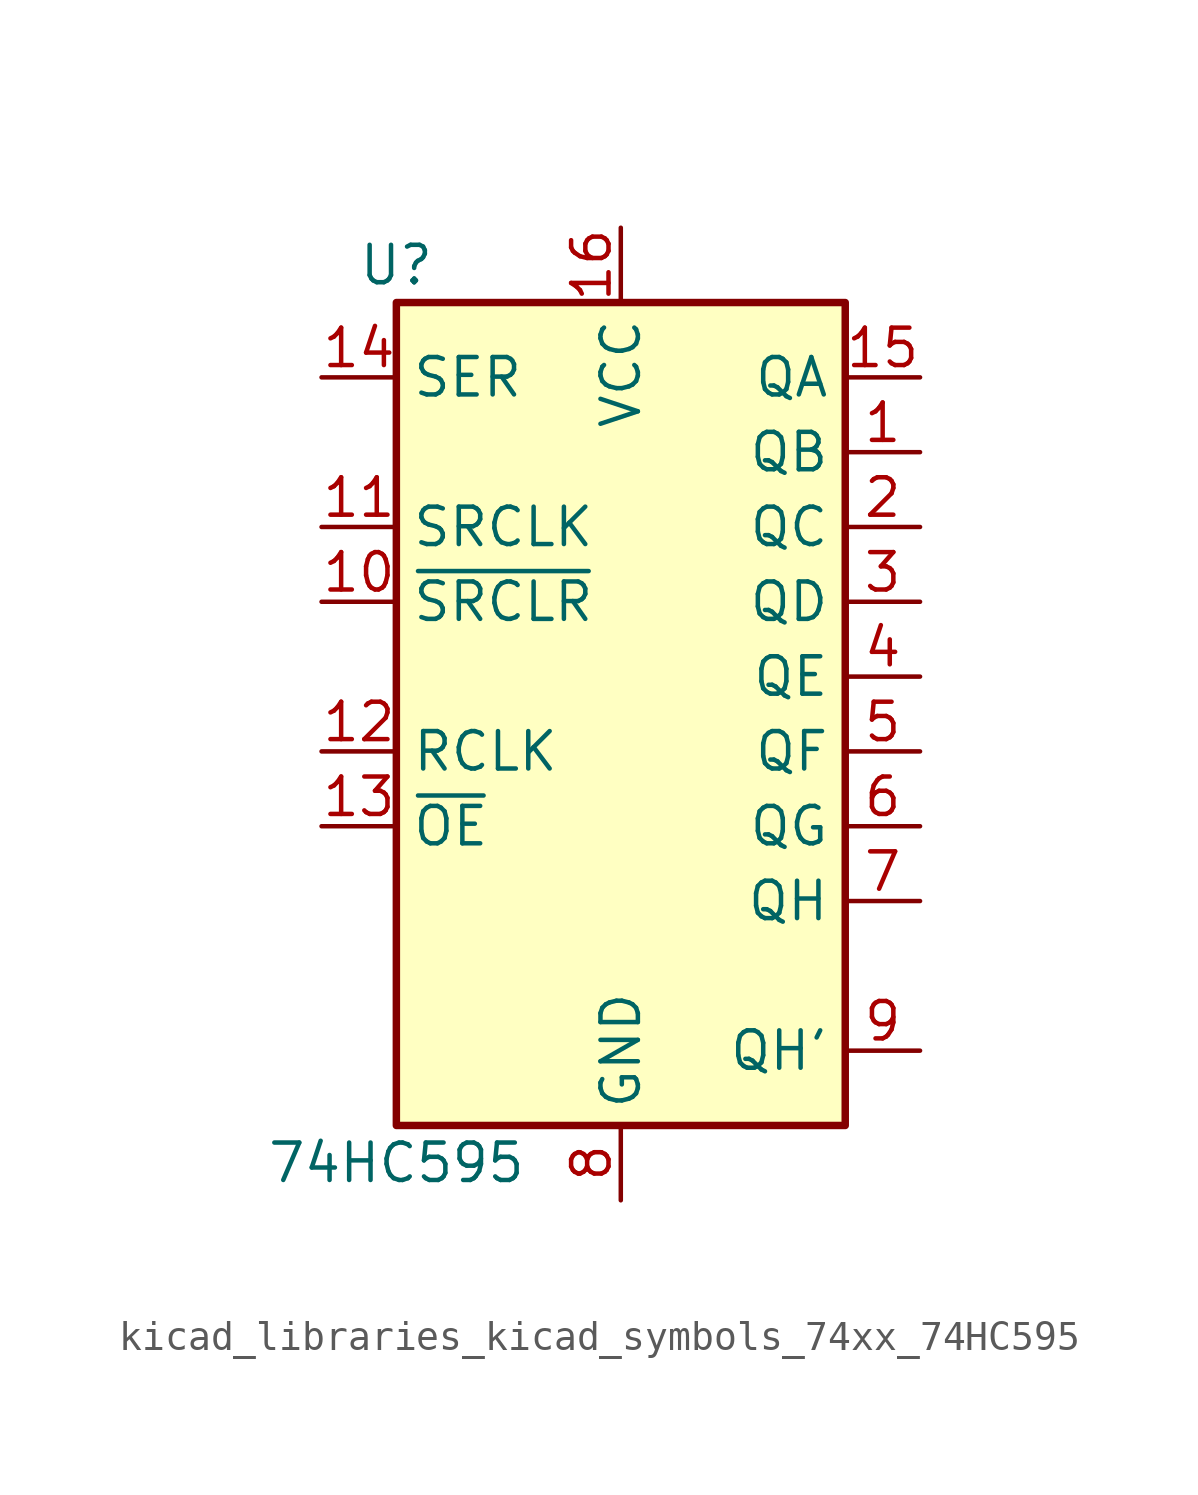
<source format=kicad_sym>
(kicad_symbol_lib
  (version 20220914)
  (generator kicad_symbol_editor)
  (symbol "kicad_libraries_kicad_symbols_74xx_74HC595"
    (property "Reference" "U"
      (at -7.62 13.97 0)
      (effects (font (size 1.27 1.27))))
    (property "Value" "74HC595"
      (at -7.62 -16.51 0)
      (effects (font (size 1.27 1.27))))
    (symbol "kicad_libraries_kicad_symbols_74xx_74HC595_1_0"
      (pin tri_state line (at 10.16 7.62 180) (length 2.54) (name "QB" (effects (font (size 1.27 1.27)))) (number "1" (effects (font (size 1.27 1.27)))))
      (pin input line (at -10.16 2.54 0) (length 2.54) (name "~{SRCLR}" (effects (font (size 1.27 1.27)))) (number "10" (effects (font (size 1.27 1.27)))))
      (pin input line (at -10.16 5.08 0) (length 2.54) (name "SRCLK" (effects (font (size 1.27 1.27)))) (number "11" (effects (font (size 1.27 1.27)))))
      (pin input line (at -10.16 -2.54 0) (length 2.54) (name "RCLK" (effects (font (size 1.27 1.27)))) (number "12" (effects (font (size 1.27 1.27)))))
      (pin input line (at -10.16 -5.08 0) (length 2.54) (name "~{OE}" (effects (font (size 1.27 1.27)))) (number "13" (effects (font (size 1.27 1.27)))))
      (pin input line (at -10.16 10.16 0) (length 2.54) (name "SER" (effects (font (size 1.27 1.27)))) (number "14" (effects (font (size 1.27 1.27)))))
      (pin tri_state line (at 10.16 10.16 180) (length 2.54) (name "QA" (effects (font (size 1.27 1.27)))) (number "15" (effects (font (size 1.27 1.27)))))
      (pin power_in line (at 0 15.24 270) (length 2.54) (name "VCC" (effects (font (size 1.27 1.27)))) (number "16" (effects (font (size 1.27 1.27)))))
      (pin tri_state line (at 10.16 5.08 180) (length 2.54) (name "QC" (effects (font (size 1.27 1.27)))) (number "2" (effects (font (size 1.27 1.27)))))
      (pin tri_state line (at 10.16 2.54 180) (length 2.54) (name "QD" (effects (font (size 1.27 1.27)))) (number "3" (effects (font (size 1.27 1.27)))))
      (pin tri_state line (at 10.16 0 180) (length 2.54) (name "QE" (effects (font (size 1.27 1.27)))) (number "4" (effects (font (size 1.27 1.27)))))
      (pin tri_state line (at 10.16 -2.54 180) (length 2.54) (name "QF" (effects (font (size 1.27 1.27)))) (number "5" (effects (font (size 1.27 1.27)))))
      (pin tri_state line (at 10.16 -5.08 180) (length 2.54) (name "QG" (effects (font (size 1.27 1.27)))) (number "6" (effects (font (size 1.27 1.27)))))
      (pin tri_state line (at 10.16 -7.62 180) (length 2.54) (name "QH" (effects (font (size 1.27 1.27)))) (number "7" (effects (font (size 1.27 1.27)))))
      (pin power_in line (at 0 -17.78 90) (length 2.54) (name "GND" (effects (font (size 1.27 1.27)))) (number "8" (effects (font (size 1.27 1.27)))))
      (pin output line (at 10.16 -12.7 180) (length 2.54) (name "QH'" (effects (font (size 1.27 1.27)))) (number "9" (effects (font (size 1.27 1.27))))))
    (symbol "kicad_libraries_kicad_symbols_74xx_74HC595_1_1"
      (rectangle (start -7.62 12.7) (end 7.62 -15.24) (stroke (width 0.254) (type default)) (fill (type background))))))
</source>
